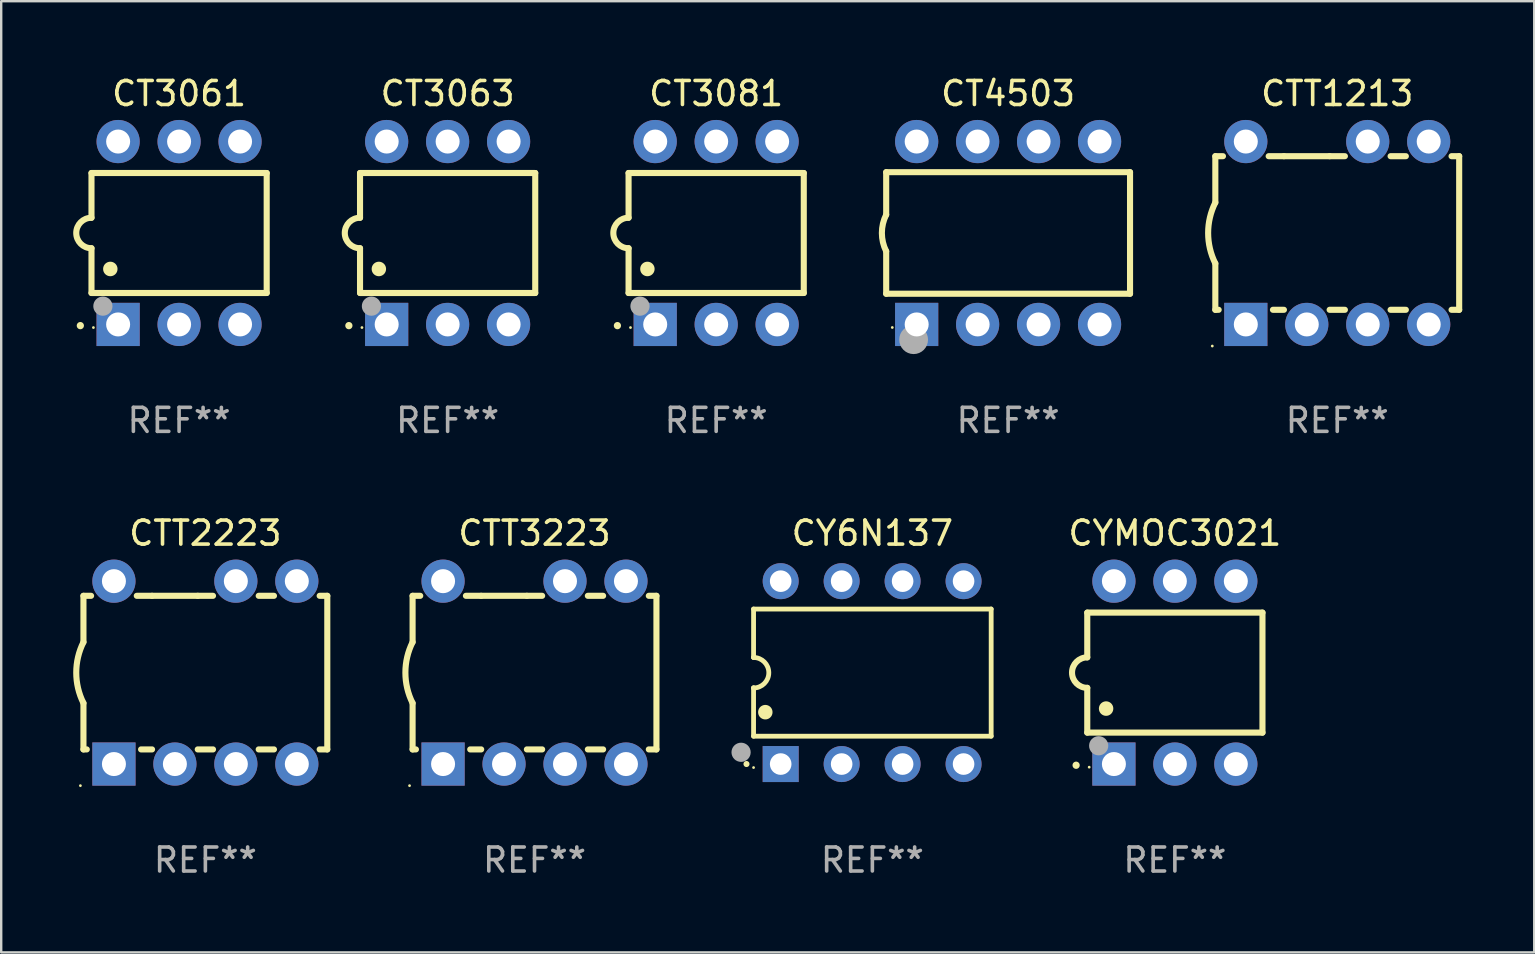
<source format=kicad_pcb>
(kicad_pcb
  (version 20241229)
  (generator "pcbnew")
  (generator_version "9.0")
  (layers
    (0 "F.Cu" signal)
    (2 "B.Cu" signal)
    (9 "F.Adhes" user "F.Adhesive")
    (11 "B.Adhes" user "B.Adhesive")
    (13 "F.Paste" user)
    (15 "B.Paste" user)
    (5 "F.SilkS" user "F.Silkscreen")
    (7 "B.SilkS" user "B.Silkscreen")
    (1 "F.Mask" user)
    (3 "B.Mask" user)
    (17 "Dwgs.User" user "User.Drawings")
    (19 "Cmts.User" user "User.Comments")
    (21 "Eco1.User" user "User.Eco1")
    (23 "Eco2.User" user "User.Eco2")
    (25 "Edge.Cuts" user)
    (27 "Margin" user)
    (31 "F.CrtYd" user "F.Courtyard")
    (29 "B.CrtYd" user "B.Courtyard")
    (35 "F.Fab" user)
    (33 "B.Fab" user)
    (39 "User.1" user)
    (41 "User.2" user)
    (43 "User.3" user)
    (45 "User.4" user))
  (footprint "CT3063"
    (layer "F.Cu")
    (at 15.601 6.658)
    (property "Reference" "CT3063" (at 0 -5.81 0) (layer "F.SilkS") (effects (font (size 1 1) (thickness 0.15))))
    (attr through_hole)
    (fp_line (start -3.65 -2.5) (end 3.65 -2.5) (stroke (width 0.254) (type solid)) (layer "F.SilkS"))
    (fp_line (start -3.65 -0.635) (end -3.65 -2.5) (stroke (width 0.254) (type solid)) (layer "F.SilkS"))
    (fp_line (start -3.65 0.635) (end -3.65 2.5) (stroke (width 0.254) (type solid)) (layer "F.SilkS"))
    (fp_line (start -3.65 2.5) (end 3.65 2.5) (stroke (width 0.254) (type solid)) (layer "F.SilkS"))
    (fp_line (start 3.65 -2.5) (end 3.65 2.5) (stroke (width 0.254) (type solid)) (layer "F.SilkS"))
    (fp_arc (start -4.114808 3.860808) (mid -4.114813 3.859538) (end -4.114808 3.858268) (stroke (width 0.3) (type solid)) (layer "F.SilkS"))
    (fp_arc (start -3.650013 0.635001) (mid -4.285014 0) (end -3.650013 -0.635001) (stroke (width 0.254001) (type solid)) (layer "F.SilkS"))
    (fp_arc (start -2.865405 1.501143) (mid -2.865416 1.498603) (end -2.865405 1.496063) (stroke (width 0.6) (type solid)) (layer "F.SilkS"))
    (fp_circle (center -3.57 3.94) (end -3.54 3.94) (stroke (width 0.06) (type solid)) (fill no) (layer "F.SilkS"))
    (fp_circle (center -3.175 3.048) (end -2.975 3.048) (stroke (width 0.4) (type solid)) (fill no) (layer "F.Fab"))
    (fp_text user "REF**" (at 0 7.81 0) (layer "F.Fab") (effects (font (size 1 1) (thickness 0.15))))
    (pad "1" thru_hole rect (at -2.54 3.81 90) (size 1.8 1.8) (drill 1) (layers "*.Cu" "*.Mask"))
    (pad "2" thru_hole circle (at 0 3.81) (size 1.8 1.8) (drill 1) (layers "*.Cu" "*.Mask"))
    (pad "3" thru_hole circle (at 2.54 3.81) (size 1.8 1.8) (drill 1) (layers "*.Cu" "*.Mask"))
    (pad "4" thru_hole circle (at 2.54 -3.81) (size 1.8 1.8) (drill 1) (layers "*.Cu" "*.Mask"))
    (pad "5" thru_hole circle (at 0 -3.81) (size 1.8 1.8) (drill 1) (layers "*.Cu" "*.Mask"))
    (pad "6" thru_hole circle (at -2.54 -3.81) (size 1.8 1.8) (drill 1) (layers "*.Cu" "*.Mask")))
  (footprint "CTT3223"
    (layer "F.Cu")
    (at 19.221 24.975)
    (property "Reference" "CTT3223" (at 0 -5.81 0) (layer "F.SilkS") (effects (font (size 1 1) (thickness 0.15))))
    (attr through_hole)
    (fp_line (start -5.08 -3.2) (end -4.762 -3.2) (stroke (width 0.254) (type solid)) (layer "F.SilkS"))
    (fp_line (start -5.08 -1.27) (end -5.08 -3.2) (stroke (width 0.254) (type solid)) (layer "F.SilkS"))
    (fp_line (start -5.08 3.2) (end -5.08 1.27) (stroke (width 0.254) (type solid)) (layer "F.SilkS"))
    (fp_line (start -5.08 3.2) (end -4.941 3.2) (stroke (width 0.254) (type solid)) (layer "F.SilkS"))
    (fp_line (start -2.858 -3.2) (end -2.222 -3.2) (stroke (width 0.254) (type solid)) (layer "F.SilkS"))
    (fp_line (start -2.679 3.2) (end -2.222 3.2) (stroke (width 0.254) (type solid)) (layer "F.SilkS"))
    (fp_line (start -2.222 -3.2) (end -0.318 -3.2) (stroke (width 0.254) (type solid)) (layer "F.SilkS"))
    (fp_line (start -0.318 -3.2) (end 0.318 -3.2) (stroke (width 0.254) (type solid)) (layer "F.SilkS"))
    (fp_line (start -0.318 3.2) (end 0.318 3.2) (stroke (width 0.254) (type solid)) (layer "F.SilkS"))
    (fp_line (start 2.222 -3.2) (end 2.858 -3.2) (stroke (width 0.254) (type solid)) (layer "F.SilkS"))
    (fp_line (start 2.222 3.2) (end 2.858 3.2) (stroke (width 0.254) (type solid)) (layer "F.SilkS"))
    (fp_line (start 4.762 -3.2) (end 5.08 -3.2) (stroke (width 0.254) (type solid)) (layer "F.SilkS"))
    (fp_line (start 4.762 3.2) (end 5.08 3.2) (stroke (width 0.254) (type solid)) (layer "F.SilkS"))
    (fp_line (start 5.08 3.2) (end 5.08 -3.2) (stroke (width 0.254) (type solid)) (layer "F.SilkS"))
    (fp_arc (start -5.080011 1.270002) (mid -5.379818 -0.000001) (end -5.08001 -1.270003) (stroke (width 0.254001) (type solid)) (layer "F.SilkS"))
    (fp_circle (center -5.207 4.71) (end -5.177 4.71) (stroke (width 0.06) (type solid)) (fill no) (layer "F.SilkS"))
    (fp_text user "REF**" (at 0 7.81 0) (layer "F.Fab") (effects (font (size 1 1) (thickness 0.15))))
    (pad "1" thru_hole rect (at -3.81 3.81) (size 1.8 1.8) (drill 1) (layers "*.Cu" "*.Mask"))
    (pad "2" thru_hole circle (at -1.27 3.81) (size 1.8 1.8) (drill 1) (layers "*.Cu" "*.Mask"))
    (pad "3" thru_hole circle (at 1.27 3.81) (size 1.8 1.8) (drill 1) (layers "*.Cu" "*.Mask"))
    (pad "4" thru_hole circle (at 3.81 3.81) (size 1.8 1.8) (drill 1) (layers "*.Cu" "*.Mask"))
    (pad "5" thru_hole circle (at 3.81 -3.81) (size 1.8 1.8) (drill 1) (layers "*.Cu" "*.Mask"))
    (pad "6" thru_hole circle (at 1.27 -3.81) (size 1.8 1.8) (drill 1) (layers "*.Cu" "*.Mask"))
    (pad "8" thru_hole circle (at -3.81 -3.81) (size 1.8 1.8) (drill 1) (layers "*.Cu" "*.Mask")))
  (footprint "CTT1213"
    (layer "F.Cu")
    (at 52.668 6.658)
    (property "Reference" "CTT1213" (at 0 -5.81 0) (layer "F.SilkS") (effects (font (size 1 1) (thickness 0.15))))
    (attr through_hole)
    (fp_line (start -5.08 -3.2) (end -4.762 -3.2) (stroke (width 0.254) (type solid)) (layer "F.SilkS"))
    (fp_line (start -5.08 -1.27) (end -5.08 -3.2) (stroke (width 0.254) (type solid)) (layer "F.SilkS"))
    (fp_line (start -5.08 3.2) (end -5.08 1.27) (stroke (width 0.254) (type solid)) (layer "F.SilkS"))
    (fp_line (start -5.08 3.2) (end -4.941 3.2) (stroke (width 0.254) (type solid)) (layer "F.SilkS"))
    (fp_line (start -2.858 -3.2) (end -2.222 -3.2) (stroke (width 0.254) (type solid)) (layer "F.SilkS"))
    (fp_line (start -2.679 3.2) (end -2.222 3.2) (stroke (width 0.254) (type solid)) (layer "F.SilkS"))
    (fp_line (start -2.222 -3.2) (end -0.318 -3.2) (stroke (width 0.254) (type solid)) (layer "F.SilkS"))
    (fp_line (start -0.318 -3.2) (end 0.318 -3.2) (stroke (width 0.254) (type solid)) (layer "F.SilkS"))
    (fp_line (start -0.318 3.2) (end 0.318 3.2) (stroke (width 0.254) (type solid)) (layer "F.SilkS"))
    (fp_line (start 2.222 -3.2) (end 2.858 -3.2) (stroke (width 0.254) (type solid)) (layer "F.SilkS"))
    (fp_line (start 2.222 3.2) (end 2.858 3.2) (stroke (width 0.254) (type solid)) (layer "F.SilkS"))
    (fp_line (start 4.762 -3.2) (end 5.08 -3.2) (stroke (width 0.254) (type solid)) (layer "F.SilkS"))
    (fp_line (start 4.762 3.2) (end 5.08 3.2) (stroke (width 0.254) (type solid)) (layer "F.SilkS"))
    (fp_line (start 5.08 3.2) (end 5.08 -3.2) (stroke (width 0.254) (type solid)) (layer "F.SilkS"))
    (fp_arc (start -5.080011 1.270002) (mid -5.379818 -0.000001) (end -5.08001 -1.270003) (stroke (width 0.254001) (type solid)) (layer "F.SilkS"))
    (fp_circle (center -5.207 4.71) (end -5.177 4.71) (stroke (width 0.06) (type solid)) (fill no) (layer "F.SilkS"))
    (fp_text user "REF**" (at 0 7.81 0) (layer "F.Fab") (effects (font (size 1 1) (thickness 0.15))))
    (pad "1" thru_hole rect (at -3.81 3.81) (size 1.8 1.8) (drill 1) (layers "*.Cu" "*.Mask"))
    (pad "2" thru_hole circle (at -1.27 3.81) (size 1.8 1.8) (drill 1) (layers "*.Cu" "*.Mask"))
    (pad "3" thru_hole circle (at 1.27 3.81) (size 1.8 1.8) (drill 1) (layers "*.Cu" "*.Mask"))
    (pad "4" thru_hole circle (at 3.81 3.81) (size 1.8 1.8) (drill 1) (layers "*.Cu" "*.Mask"))
    (pad "5" thru_hole circle (at 3.81 -3.81) (size 1.8 1.8) (drill 1) (layers "*.Cu" "*.Mask"))
    (pad "6" thru_hole circle (at 1.27 -3.81) (size 1.8 1.8) (drill 1) (layers "*.Cu" "*.Mask"))
    (pad "8" thru_hole circle (at -3.81 -3.81) (size 1.8 1.8) (drill 1) (layers "*.Cu" "*.Mask")))
  (footprint "CT3081"
    (layer "F.Cu")
    (at 26.79 6.658)
    (property "Reference" "CT3081" (at 0 -5.81 0) (layer "F.SilkS") (effects (font (size 1 1) (thickness 0.15))))
    (attr through_hole)
    (fp_line (start -3.65 -2.5) (end 3.65 -2.5) (stroke (width 0.254) (type solid)) (layer "F.SilkS"))
    (fp_line (start -3.65 -0.635) (end -3.65 -2.5) (stroke (width 0.254) (type solid)) (layer "F.SilkS"))
    (fp_line (start -3.65 0.635) (end -3.65 2.5) (stroke (width 0.254) (type solid)) (layer "F.SilkS"))
    (fp_line (start -3.65 2.5) (end 3.65 2.5) (stroke (width 0.254) (type solid)) (layer "F.SilkS"))
    (fp_line (start 3.65 -2.5) (end 3.65 2.5) (stroke (width 0.254) (type solid)) (layer "F.SilkS"))
    (fp_arc (start -4.114808 3.860808) (mid -4.114813 3.859538) (end -4.114808 3.858268) (stroke (width 0.3) (type solid)) (layer "F.SilkS"))
    (fp_arc (start -3.650013 0.635001) (mid -4.285014 0) (end -3.650013 -0.635001) (stroke (width 0.254001) (type solid)) (layer "F.SilkS"))
    (fp_arc (start -2.865405 1.501143) (mid -2.865416 1.498603) (end -2.865405 1.496063) (stroke (width 0.6) (type solid)) (layer "F.SilkS"))
    (fp_circle (center -3.57 3.94) (end -3.54 3.94) (stroke (width 0.06) (type solid)) (fill no) (layer "F.SilkS"))
    (fp_circle (center -3.175 3.048) (end -2.975 3.048) (stroke (width 0.4) (type solid)) (fill no) (layer "F.Fab"))
    (fp_text user "REF**" (at 0 7.81 0) (layer "F.Fab") (effects (font (size 1 1) (thickness 0.15))))
    (pad "1" thru_hole rect (at -2.54 3.81 90) (size 1.8 1.8) (drill 1) (layers "*.Cu" "*.Mask"))
    (pad "2" thru_hole circle (at 0 3.81) (size 1.8 1.8) (drill 1) (layers "*.Cu" "*.Mask"))
    (pad "3" thru_hole circle (at 2.54 3.81) (size 1.8 1.8) (drill 1) (layers "*.Cu" "*.Mask"))
    (pad "4" thru_hole circle (at 2.54 -3.81) (size 1.8 1.8) (drill 1) (layers "*.Cu" "*.Mask"))
    (pad "5" thru_hole circle (at 0 -3.81) (size 1.8 1.8) (drill 1) (layers "*.Cu" "*.Mask"))
    (pad "6" thru_hole circle (at -2.54 -3.81) (size 1.8 1.8) (drill 1) (layers "*.Cu" "*.Mask")))
  (footprint "CYMOC3021"
    (layer "F.Cu")
    (at 45.902 24.975)
    (property "Reference" "CYMOC3021" (at 0 -5.81 0) (layer "F.SilkS") (effects (font (size 1 1) (thickness 0.15))))
    (attr through_hole)
    (fp_line (start -3.65 -2.5) (end 3.65 -2.5) (stroke (width 0.254) (type solid)) (layer "F.SilkS"))
    (fp_line (start -3.65 -0.635) (end -3.65 -2.5) (stroke (width 0.254) (type solid)) (layer "F.SilkS"))
    (fp_line (start -3.65 0.635) (end -3.65 2.5) (stroke (width 0.254) (type solid)) (layer "F.SilkS"))
    (fp_line (start -3.65 2.5) (end 3.65 2.5) (stroke (width 0.254) (type solid)) (layer "F.SilkS"))
    (fp_line (start 3.65 -2.5) (end 3.65 2.5) (stroke (width 0.254) (type solid)) (layer "F.SilkS"))
    (fp_arc (start -4.114808 3.860808) (mid -4.114813 3.859538) (end -4.114808 3.858268) (stroke (width 0.3) (type solid)) (layer "F.SilkS"))
    (fp_arc (start -3.650013 0.635001) (mid -4.285014 0) (end -3.650013 -0.635001) (stroke (width 0.254001) (type solid)) (layer "F.SilkS"))
    (fp_arc (start -2.865405 1.501143) (mid -2.865416 1.498603) (end -2.865405 1.496063) (stroke (width 0.6) (type solid)) (layer "F.SilkS"))
    (fp_circle (center -3.57 3.94) (end -3.54 3.94) (stroke (width 0.06) (type solid)) (fill no) (layer "F.SilkS"))
    (fp_circle (center -3.175 3.048) (end -2.975 3.048) (stroke (width 0.4) (type solid)) (fill no) (layer "F.Fab"))
    (fp_text user "REF**" (at 0 7.81 0) (layer "F.Fab") (effects (font (size 1 1) (thickness 0.15))))
    (pad "1" thru_hole rect (at -2.54 3.81 90) (size 1.8 1.8) (drill 1) (layers "*.Cu" "*.Mask"))
    (pad "2" thru_hole circle (at 0 3.81) (size 1.8 1.8) (drill 1) (layers "*.Cu" "*.Mask"))
    (pad "3" thru_hole circle (at 2.54 3.81) (size 1.8 1.8) (drill 1) (layers "*.Cu" "*.Mask"))
    (pad "4" thru_hole circle (at 2.54 -3.81) (size 1.8 1.8) (drill 1) (layers "*.Cu" "*.Mask"))
    (pad "5" thru_hole circle (at 0 -3.81) (size 1.8 1.8) (drill 1) (layers "*.Cu" "*.Mask"))
    (pad "6" thru_hole circle (at -2.54 -3.81) (size 1.8 1.8) (drill 1) (layers "*.Cu" "*.Mask")))
  (footprint "CY6N137"
    (layer "F.Cu")
    (at 33.298 24.975)
    (property "Reference" "CY6N137" (at 0 -5.81 0) (layer "F.SilkS") (effects (font (size 1 1) (thickness 0.15))))
    (attr through_hole)
    (fp_line (start -4.95 -2.649) (end 4.95 -2.649) (stroke (width 0.2) (type solid)) (layer "F.SilkS"))
    (fp_line (start -4.95 -0.635) (end -4.95 -2.649) (stroke (width 0.2) (type solid)) (layer "F.SilkS"))
    (fp_line (start -4.95 0.635) (end -4.95 0.64) (stroke (width 0.2) (type solid)) (layer "F.SilkS"))
    (fp_line (start -4.95 2.649) (end -4.95 0.635) (stroke (width 0.2) (type solid)) (layer "F.SilkS"))
    (fp_line (start -4.95 -0.64) (end -4.95 -0.635) (stroke (width 0.2) (type solid)) (layer "F.SilkS"))
    (fp_line (start 4.95 -2.649) (end 4.95 2.649) (stroke (width 0.2) (type solid)) (layer "F.SilkS"))
    (fp_line (start 4.95 2.649) (end -4.95 2.649) (stroke (width 0.2) (type solid)) (layer "F.SilkS"))
    (fp_arc (start -5.24511 3.810008) (mid -5.245117 3.808738) (end -5.24511 3.807468) (stroke (width 0.25) (type solid)) (layer "F.SilkS"))
    (fp_arc (start -4.950165 -0.629997) (mid -4.315164 0.005004) (end -4.950165 0.640005) (stroke (width 0.2) (type solid)) (layer "F.SilkS"))
    (fp_arc (start -4.460249 1.651003) (mid -4.46026 1.648463) (end -4.460249 1.645923) (stroke (width 0.6) (type solid)) (layer "F.SilkS"))
    (fp_circle (center -4.95 3.956) (end -4.92 3.956) (stroke (width 0.06) (type solid)) (fill no) (layer "F.SilkS"))
    (fp_circle (center -5.47 3.32) (end -5.27 3.32) (stroke (width 0.4) (type solid)) (fill no) (layer "F.Fab"))
    (fp_text user "REF**" (at 0 7.81 0) (layer "F.Fab") (effects (font (size 1 1) (thickness 0.15))))
    (pad "1" thru_hole rect (at -3.82 3.81) (size 1.5 1.5) (drill 0.9) (layers "*.Cu" "*.Mask"))
    (pad "2" thru_hole circle (at -1.28 3.81) (size 1.5 1.5) (drill 0.9) (layers "*.Cu" "*.Mask"))
    (pad "3" thru_hole circle (at 1.26 3.81) (size 1.5 1.5) (drill 0.9) (layers "*.Cu" "*.Mask"))
    (pad "4" thru_hole circle (at 3.8 3.81) (size 1.5 1.5) (drill 0.9) (layers "*.Cu" "*.Mask"))
    (pad "5" thru_hole circle (at 3.8 -3.81) (size 1.5 1.5) (drill 0.9) (layers "*.Cu" "*.Mask"))
    (pad "6" thru_hole circle (at 1.26 -3.81) (size 1.5 1.5) (drill 0.9) (layers "*.Cu" "*.Mask"))
    (pad "7" thru_hole circle (at -1.28 -3.81) (size 1.5 1.5) (drill 0.9) (layers "*.Cu" "*.Mask"))
    (pad "8" thru_hole circle (at -3.82 -3.81) (size 1.5 1.5) (drill 0.9) (layers "*.Cu" "*.Mask")))
  (footprint "CT4503"
    (layer "F.Cu")
    (at 38.954 6.658)
    (property "Reference" "CT4503" (at 0 -5.81 0) (layer "F.SilkS") (effects (font (size 1 1) (thickness 0.15))))
    (attr through_hole)
    (fp_line (start -5.08 -2.534) (end 5.08 -2.534) (stroke (width 0.254) (type solid)) (layer "F.SilkS"))
    (fp_line (start -5.08 -0.762) (end -5.08 -2.534) (stroke (width 0.254) (type solid)) (layer "F.SilkS"))
    (fp_line (start -5.08 2.531) (end -5.08 0.762) (stroke (width 0.254) (type solid)) (layer "F.SilkS"))
    (fp_line (start -5.08 2.531) (end 5.08 2.531) (stroke (width 0.254) (type solid)) (layer "F.SilkS"))
    (fp_line (start 5.08 2.531) (end 5.08 -2.534) (stroke (width 0.254) (type solid)) (layer "F.SilkS"))
    (fp_arc (start -5.08001 0.762001) (mid -5.259894 0) (end -5.08001 -0.762002) (stroke (width 0.254001) (type solid)) (layer "F.SilkS"))
    (fp_circle (center -4.826 3.937) (end -4.796 3.937) (stroke (width 0.06) (type solid)) (fill no) (layer "F.SilkS"))
    (fp_circle (center -3.937 4.445) (end -3.637 4.445) (stroke (width 0.6) (type solid)) (fill no) (layer "F.Fab"))
    (fp_text user "REF**" (at 0 7.81 0) (layer "F.Fab") (effects (font (size 1 1) (thickness 0.15))))
    (pad "1" thru_hole rect (at -3.81 3.81) (size 1.8 1.8) (drill 1) (layers "*.Cu" "*.Mask"))
    (pad "2" thru_hole circle (at -1.27 3.81) (size 1.8 1.8) (drill 1) (layers "*.Cu" "*.Mask"))
    (pad "3" thru_hole circle (at 1.27 3.81) (size 1.8 1.8) (drill 1) (layers "*.Cu" "*.Mask"))
    (pad "4" thru_hole circle (at 3.81 3.81) (size 1.8 1.8) (drill 1) (layers "*.Cu" "*.Mask"))
    (pad "5" thru_hole circle (at 3.81 -3.81) (size 1.8 1.8) (drill 1) (layers "*.Cu" "*.Mask"))
    (pad "6" thru_hole circle (at 1.27 -3.81) (size 1.8 1.8) (drill 1) (layers "*.Cu" "*.Mask"))
    (pad "7" thru_hole circle (at -1.27 -3.81) (size 1.8 1.8) (drill 1) (layers "*.Cu" "*.Mask"))
    (pad "8" thru_hole circle (at -3.81 -3.81) (size 1.8 1.8) (drill 1) (layers "*.Cu" "*.Mask")))
  (footprint "CTT2223"
    (layer "F.Cu")
    (at 5.507 24.975)
    (property "Reference" "CTT2223" (at 0 -5.81 0) (layer "F.SilkS") (effects (font (size 1 1) (thickness 0.15))))
    (attr through_hole)
    (fp_line (start -5.08 -3.2) (end -4.762 -3.2) (stroke (width 0.254) (type solid)) (layer "F.SilkS"))
    (fp_line (start -5.08 -1.27) (end -5.08 -3.2) (stroke (width 0.254) (type solid)) (layer "F.SilkS"))
    (fp_line (start -5.08 3.2) (end -5.08 1.27) (stroke (width 0.254) (type solid)) (layer "F.SilkS"))
    (fp_line (start -5.08 3.2) (end -4.941 3.2) (stroke (width 0.254) (type solid)) (layer "F.SilkS"))
    (fp_line (start -2.858 -3.2) (end -2.222 -3.2) (stroke (width 0.254) (type solid)) (layer "F.SilkS"))
    (fp_line (start -2.679 3.2) (end -2.222 3.2) (stroke (width 0.254) (type solid)) (layer "F.SilkS"))
    (fp_line (start -2.222 -3.2) (end -0.318 -3.2) (stroke (width 0.254) (type solid)) (layer "F.SilkS"))
    (fp_line (start -0.318 -3.2) (end 0.318 -3.2) (stroke (width 0.254) (type solid)) (layer "F.SilkS"))
    (fp_line (start -0.318 3.2) (end 0.318 3.2) (stroke (width 0.254) (type solid)) (layer "F.SilkS"))
    (fp_line (start 2.222 -3.2) (end 2.858 -3.2) (stroke (width 0.254) (type solid)) (layer "F.SilkS"))
    (fp_line (start 2.222 3.2) (end 2.858 3.2) (stroke (width 0.254) (type solid)) (layer "F.SilkS"))
    (fp_line (start 4.762 -3.2) (end 5.08 -3.2) (stroke (width 0.254) (type solid)) (layer "F.SilkS"))
    (fp_line (start 4.762 3.2) (end 5.08 3.2) (stroke (width 0.254) (type solid)) (layer "F.SilkS"))
    (fp_line (start 5.08 3.2) (end 5.08 -3.2) (stroke (width 0.254) (type solid)) (layer "F.SilkS"))
    (fp_arc (start -5.080011 1.270002) (mid -5.379818 -0.000001) (end -5.08001 -1.270003) (stroke (width 0.254001) (type solid)) (layer "F.SilkS"))
    (fp_circle (center -5.207 4.71) (end -5.177 4.71) (stroke (width 0.06) (type solid)) (fill no) (layer "F.SilkS"))
    (fp_text user "REF**" (at 0 7.81 0) (layer "F.Fab") (effects (font (size 1 1) (thickness 0.15))))
    (pad "1" thru_hole rect (at -3.81 3.81) (size 1.8 1.8) (drill 1) (layers "*.Cu" "*.Mask"))
    (pad "2" thru_hole circle (at -1.27 3.81) (size 1.8 1.8) (drill 1) (layers "*.Cu" "*.Mask"))
    (pad "3" thru_hole circle (at 1.27 3.81) (size 1.8 1.8) (drill 1) (layers "*.Cu" "*.Mask"))
    (pad "4" thru_hole circle (at 3.81 3.81) (size 1.8 1.8) (drill 1) (layers "*.Cu" "*.Mask"))
    (pad "5" thru_hole circle (at 3.81 -3.81) (size 1.8 1.8) (drill 1) (layers "*.Cu" "*.Mask"))
    (pad "6" thru_hole circle (at 1.27 -3.81) (size 1.8 1.8) (drill 1) (layers "*.Cu" "*.Mask"))
    (pad "8" thru_hole circle (at -3.81 -3.81) (size 1.8 1.8) (drill 1) (layers "*.Cu" "*.Mask")))
  (footprint "CT3061"
    (layer "F.Cu")
    (at 4.412 6.658)
    (property "Reference" "CT3061" (at 0 -5.81 0) (layer "F.SilkS") (effects (font (size 1 1) (thickness 0.15))))
    (attr through_hole)
    (fp_line (start -3.65 -2.5) (end 3.65 -2.5) (stroke (width 0.254) (type solid)) (layer "F.SilkS"))
    (fp_line (start -3.65 -0.635) (end -3.65 -2.5) (stroke (width 0.254) (type solid)) (layer "F.SilkS"))
    (fp_line (start -3.65 0.635) (end -3.65 2.5) (stroke (width 0.254) (type solid)) (layer "F.SilkS"))
    (fp_line (start -3.65 2.5) (end 3.65 2.5) (stroke (width 0.254) (type solid)) (layer "F.SilkS"))
    (fp_line (start 3.65 -2.5) (end 3.65 2.5) (stroke (width 0.254) (type solid)) (layer "F.SilkS"))
    (fp_arc (start -4.114808 3.860808) (mid -4.114813 3.859538) (end -4.114808 3.858268) (stroke (width 0.3) (type solid)) (layer "F.SilkS"))
    (fp_arc (start -3.650013 0.635001) (mid -4.285014 0) (end -3.650013 -0.635001) (stroke (width 0.254001) (type solid)) (layer "F.SilkS"))
    (fp_arc (start -2.865405 1.501143) (mid -2.865416 1.498603) (end -2.865405 1.496063) (stroke (width 0.6) (type solid)) (layer "F.SilkS"))
    (fp_circle (center -3.57 3.94) (end -3.54 3.94) (stroke (width 0.06) (type solid)) (fill no) (layer "F.SilkS"))
    (fp_circle (center -3.175 3.048) (end -2.975 3.048) (stroke (width 0.4) (type solid)) (fill no) (layer "F.Fab"))
    (fp_text user "REF**" (at 0 7.81 0) (layer "F.Fab") (effects (font (size 1 1) (thickness 0.15))))
    (pad "1" thru_hole rect (at -2.54 3.81 90) (size 1.8 1.8) (drill 1) (layers "*.Cu" "*.Mask"))
    (pad "2" thru_hole circle (at 0 3.81) (size 1.8 1.8) (drill 1) (layers "*.Cu" "*.Mask"))
    (pad "3" thru_hole circle (at 2.54 3.81) (size 1.8 1.8) (drill 1) (layers "*.Cu" "*.Mask"))
    (pad "4" thru_hole circle (at 2.54 -3.81) (size 1.8 1.8) (drill 1) (layers "*.Cu" "*.Mask"))
    (pad "5" thru_hole circle (at 0 -3.81) (size 1.8 1.8) (drill 1) (layers "*.Cu" "*.Mask"))
    (pad "6" thru_hole circle (at -2.54 -3.81) (size 1.8 1.8) (drill 1) (layers "*.Cu" "*.Mask")))
  (gr_rect
    (start -3 -3)
    (end 60.875 36.633)
    (stroke (width 0.1) (type default))
    (fill no)
    (layer "Edge.Cuts")))
</source>
